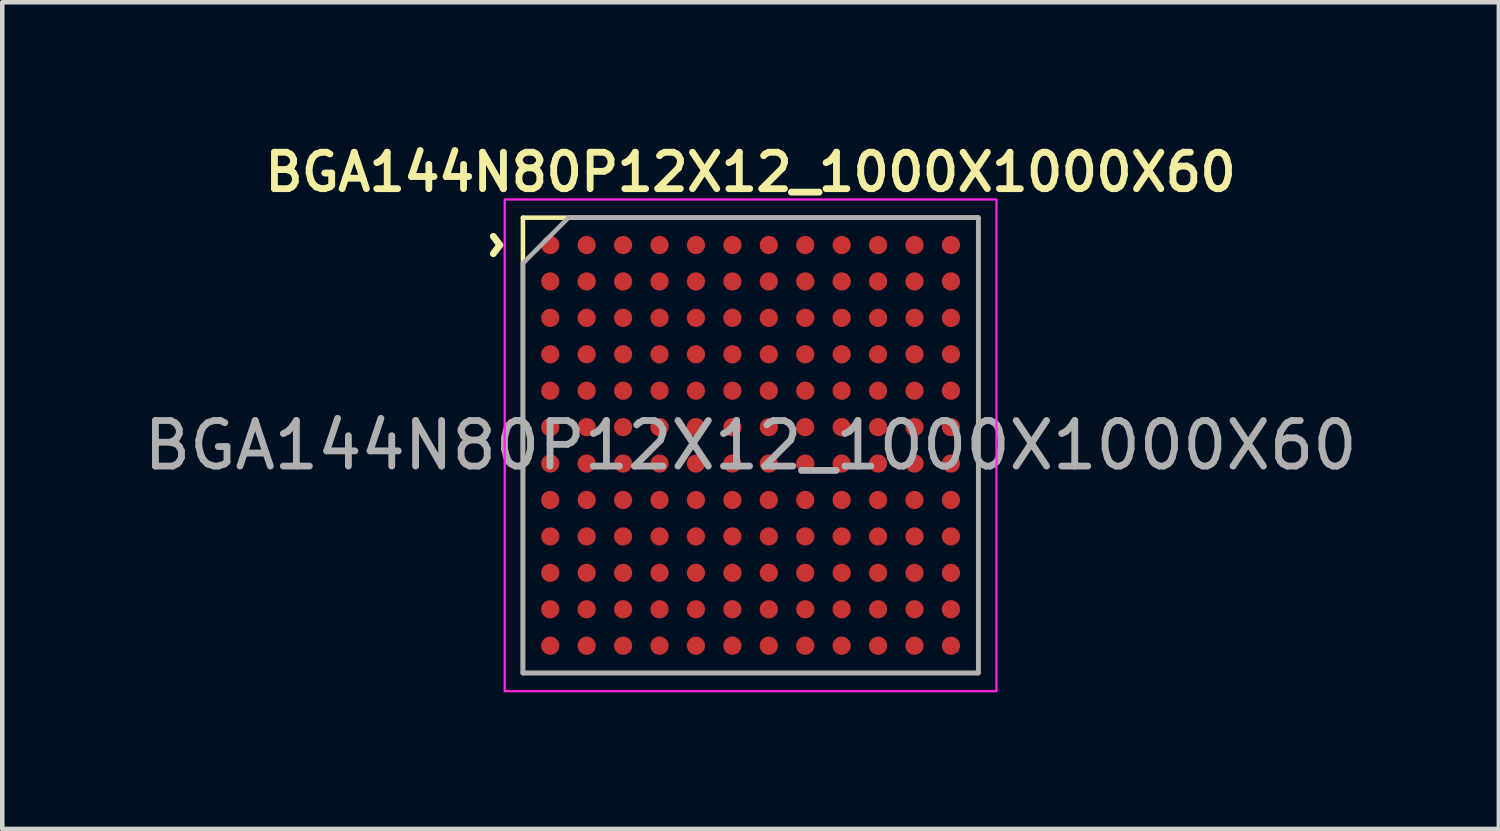
<source format=kicad_pcb>
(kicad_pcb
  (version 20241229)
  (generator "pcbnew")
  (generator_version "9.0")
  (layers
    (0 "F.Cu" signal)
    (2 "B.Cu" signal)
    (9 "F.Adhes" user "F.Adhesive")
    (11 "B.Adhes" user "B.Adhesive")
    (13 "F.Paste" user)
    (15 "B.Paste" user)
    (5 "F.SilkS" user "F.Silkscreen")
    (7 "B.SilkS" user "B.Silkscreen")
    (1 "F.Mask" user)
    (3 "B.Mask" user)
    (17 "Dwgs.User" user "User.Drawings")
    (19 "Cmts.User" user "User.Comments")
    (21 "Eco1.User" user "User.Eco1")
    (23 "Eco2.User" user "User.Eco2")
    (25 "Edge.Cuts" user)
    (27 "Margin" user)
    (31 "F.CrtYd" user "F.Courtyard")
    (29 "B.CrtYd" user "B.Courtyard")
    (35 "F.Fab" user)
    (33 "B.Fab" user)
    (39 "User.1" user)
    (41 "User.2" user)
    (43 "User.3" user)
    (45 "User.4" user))
  (footprint "BGA144N80P12X12_1000X1000X60"
    (layer "F.Cu")
    (at 13.435 6.731)
    (property "Reference" "BGA144N80P12X12_1000X1000X60" (at 0 -6 0) (layer "F.SilkS") (effects (font (size 0.8 0.8) (thickness 0.15))))
    (attr smd)
    (fp_line (start -5 -5) (end 5 -5) (stroke (width 0.1) (type solid)) (layer "F.SilkS"))
    (fp_line (start -5 5) (end -5 -5) (stroke (width 0.1) (type solid)) (layer "F.SilkS"))
    (fp_line (start 5 -5) (end 5 5) (stroke (width 0.1) (type solid)) (layer "F.SilkS"))
    (fp_line (start 5 5) (end -5 5) (stroke (width 0.1) (type solid)) (layer "F.SilkS"))
    (fp_poly (pts (xy -5.4 5.4) (xy -5.4 -5.4) (xy 5.4 -5.4) (xy 5.4 5.4)) (stroke (width 0.05) (type solid)) (fill no) (layer "F.CrtYd"))
    (fp_poly (pts (xy -5 -4) (xy -5 5) (xy 5 5) (xy 5 -5) (xy -4 -5)) (stroke (width 0.1) (type solid)) (fill no) (layer "F.Fab"))
    (fp_text user "^" (at -6.1 -4.4 270) (unlocked yes) (layer "F.SilkS") (effects (font (size 1 1) (thickness 0.15))))
    (fp_text user "${REFERENCE}" (at 0 0 0) (layer "F.Fab") (effects (font (size 1 1) (thickness 0.15))))
    (pad "A1" smd circle (at -4.4 -4.4) (size 0.4 0.4) (layers "F.Cu" "F.Mask" "F.Paste"))
    (pad "A2" smd circle (at -3.6 -4.4) (size 0.4 0.4) (layers "F.Cu" "F.Mask" "F.Paste"))
    (pad "A3" smd circle (at -2.8 -4.4) (size 0.4 0.4) (layers "F.Cu" "F.Mask" "F.Paste"))
    (pad "A4" smd circle (at -2 -4.4) (size 0.4 0.4) (layers "F.Cu" "F.Mask" "F.Paste"))
    (pad "A5" smd circle (at -1.2 -4.4) (size 0.4 0.4) (layers "F.Cu" "F.Mask" "F.Paste"))
    (pad "A6" smd circle (at -0.4 -4.4) (size 0.4 0.4) (layers "F.Cu" "F.Mask" "F.Paste"))
    (pad "A7" smd circle (at 0.4 -4.4) (size 0.4 0.4) (layers "F.Cu" "F.Mask" "F.Paste"))
    (pad "A8" smd circle (at 1.2 -4.4) (size 0.4 0.4) (layers "F.Cu" "F.Mask" "F.Paste"))
    (pad "A9" smd circle (at 2 -4.4) (size 0.4 0.4) (layers "F.Cu" "F.Mask" "F.Paste"))
    (pad "A10" smd circle (at 2.8 -4.4) (size 0.4 0.4) (layers "F.Cu" "F.Mask" "F.Paste"))
    (pad "A11" smd circle (at 3.6 -4.4) (size 0.4 0.4) (layers "F.Cu" "F.Mask" "F.Paste"))
    (pad "A12" smd circle (at 4.4 -4.4) (size 0.4 0.4) (layers "F.Cu" "F.Mask" "F.Paste"))
    (pad "B1" smd circle (at -4.4 -3.6) (size 0.4 0.4) (layers "F.Cu" "F.Mask" "F.Paste"))
    (pad "B2" smd circle (at -3.6 -3.6) (size 0.4 0.4) (layers "F.Cu" "F.Mask" "F.Paste"))
    (pad "B3" smd circle (at -2.8 -3.6) (size 0.4 0.4) (layers "F.Cu" "F.Mask" "F.Paste"))
    (pad "B4" smd circle (at -2 -3.6) (size 0.4 0.4) (layers "F.Cu" "F.Mask" "F.Paste"))
    (pad "B5" smd circle (at -1.2 -3.6) (size 0.4 0.4) (layers "F.Cu" "F.Mask" "F.Paste"))
    (pad "B6" smd circle (at -0.4 -3.6) (size 0.4 0.4) (layers "F.Cu" "F.Mask" "F.Paste"))
    (pad "B7" smd circle (at 0.4 -3.6) (size 0.4 0.4) (layers "F.Cu" "F.Mask" "F.Paste"))
    (pad "B8" smd circle (at 1.2 -3.6) (size 0.4 0.4) (layers "F.Cu" "F.Mask" "F.Paste"))
    (pad "B9" smd circle (at 2 -3.6) (size 0.4 0.4) (layers "F.Cu" "F.Mask" "F.Paste"))
    (pad "B10" smd circle (at 2.8 -3.6) (size 0.4 0.4) (layers "F.Cu" "F.Mask" "F.Paste"))
    (pad "B11" smd circle (at 3.6 -3.6) (size 0.4 0.4) (layers "F.Cu" "F.Mask" "F.Paste"))
    (pad "B12" smd circle (at 4.4 -3.6) (size 0.4 0.4) (layers "F.Cu" "F.Mask" "F.Paste"))
    (pad "C1" smd circle (at -4.4 -2.8) (size 0.4 0.4) (layers "F.Cu" "F.Mask" "F.Paste"))
    (pad "C2" smd circle (at -3.6 -2.8) (size 0.4 0.4) (layers "F.Cu" "F.Mask" "F.Paste"))
    (pad "C3" smd circle (at -2.8 -2.8) (size 0.4 0.4) (layers "F.Cu" "F.Mask" "F.Paste"))
    (pad "C4" smd circle (at -2 -2.8) (size 0.4 0.4) (layers "F.Cu" "F.Mask" "F.Paste"))
    (pad "C5" smd circle (at -1.2 -2.8) (size 0.4 0.4) (layers "F.Cu" "F.Mask" "F.Paste"))
    (pad "C6" smd circle (at -0.4 -2.8) (size 0.4 0.4) (layers "F.Cu" "F.Mask" "F.Paste"))
    (pad "C7" smd circle (at 0.4 -2.8) (size 0.4 0.4) (layers "F.Cu" "F.Mask" "F.Paste"))
    (pad "C8" smd circle (at 1.2 -2.8) (size 0.4 0.4) (layers "F.Cu" "F.Mask" "F.Paste"))
    (pad "C9" smd circle (at 2 -2.8) (size 0.4 0.4) (layers "F.Cu" "F.Mask" "F.Paste"))
    (pad "C10" smd circle (at 2.8 -2.8) (size 0.4 0.4) (layers "F.Cu" "F.Mask" "F.Paste"))
    (pad "C11" smd circle (at 3.6 -2.8) (size 0.4 0.4) (layers "F.Cu" "F.Mask" "F.Paste"))
    (pad "C12" smd circle (at 4.4 -2.8) (size 0.4 0.4) (layers "F.Cu" "F.Mask" "F.Paste"))
    (pad "D1" smd circle (at -4.4 -2) (size 0.4 0.4) (layers "F.Cu" "F.Mask" "F.Paste"))
    (pad "D2" smd circle (at -3.6 -2) (size 0.4 0.4) (layers "F.Cu" "F.Mask" "F.Paste"))
    (pad "D3" smd circle (at -2.8 -2) (size 0.4 0.4) (layers "F.Cu" "F.Mask" "F.Paste"))
    (pad "D4" smd circle (at -2 -2) (size 0.4 0.4) (layers "F.Cu" "F.Mask" "F.Paste"))
    (pad "D5" smd circle (at -1.2 -2) (size 0.4 0.4) (layers "F.Cu" "F.Mask" "F.Paste"))
    (pad "D6" smd circle (at -0.4 -2) (size 0.4 0.4) (layers "F.Cu" "F.Mask" "F.Paste"))
    (pad "D7" smd circle (at 0.4 -2) (size 0.4 0.4) (layers "F.Cu" "F.Mask" "F.Paste"))
    (pad "D8" smd circle (at 1.2 -2) (size 0.4 0.4) (layers "F.Cu" "F.Mask" "F.Paste"))
    (pad "D9" smd circle (at 2 -2) (size 0.4 0.4) (layers "F.Cu" "F.Mask" "F.Paste"))
    (pad "D10" smd circle (at 2.8 -2) (size 0.4 0.4) (layers "F.Cu" "F.Mask" "F.Paste"))
    (pad "D11" smd circle (at 3.6 -2) (size 0.4 0.4) (layers "F.Cu" "F.Mask" "F.Paste"))
    (pad "D12" smd circle (at 4.4 -2) (size 0.4 0.4) (layers "F.Cu" "F.Mask" "F.Paste"))
    (pad "E1" smd circle (at -4.4 -1.2) (size 0.4 0.4) (layers "F.Cu" "F.Mask" "F.Paste"))
    (pad "E2" smd circle (at -3.6 -1.2) (size 0.4 0.4) (layers "F.Cu" "F.Mask" "F.Paste"))
    (pad "E3" smd circle (at -2.8 -1.2) (size 0.4 0.4) (layers "F.Cu" "F.Mask" "F.Paste"))
    (pad "E4" smd circle (at -2 -1.2) (size 0.4 0.4) (layers "F.Cu" "F.Mask" "F.Paste"))
    (pad "E5" smd circle (at -1.2 -1.2) (size 0.4 0.4) (layers "F.Cu" "F.Mask" "F.Paste"))
    (pad "E6" smd circle (at -0.4 -1.2) (size 0.4 0.4) (layers "F.Cu" "F.Mask" "F.Paste"))
    (pad "E7" smd circle (at 0.4 -1.2) (size 0.4 0.4) (layers "F.Cu" "F.Mask" "F.Paste"))
    (pad "E8" smd circle (at 1.2 -1.2) (size 0.4 0.4) (layers "F.Cu" "F.Mask" "F.Paste"))
    (pad "E9" smd circle (at 2 -1.2) (size 0.4 0.4) (layers "F.Cu" "F.Mask" "F.Paste"))
    (pad "E10" smd circle (at 2.8 -1.2) (size 0.4 0.4) (layers "F.Cu" "F.Mask" "F.Paste"))
    (pad "E11" smd circle (at 3.6 -1.2) (size 0.4 0.4) (layers "F.Cu" "F.Mask" "F.Paste"))
    (pad "E12" smd circle (at 4.4 -1.2) (size 0.4 0.4) (layers "F.Cu" "F.Mask" "F.Paste"))
    (pad "F1" smd circle (at -4.4 -0.4) (size 0.4 0.4) (layers "F.Cu" "F.Mask" "F.Paste"))
    (pad "F2" smd circle (at -3.6 -0.4) (size 0.4 0.4) (layers "F.Cu" "F.Mask" "F.Paste"))
    (pad "F3" smd circle (at -2.8 -0.4) (size 0.4 0.4) (layers "F.Cu" "F.Mask" "F.Paste"))
    (pad "F4" smd circle (at -2 -0.4) (size 0.4 0.4) (layers "F.Cu" "F.Mask" "F.Paste"))
    (pad "F5" smd circle (at -1.2 -0.4) (size 0.4 0.4) (layers "F.Cu" "F.Mask" "F.Paste"))
    (pad "F6" smd circle (at -0.4 -0.4) (size 0.4 0.4) (layers "F.Cu" "F.Mask" "F.Paste"))
    (pad "F7" smd circle (at 0.4 -0.4) (size 0.4 0.4) (layers "F.Cu" "F.Mask" "F.Paste"))
    (pad "F8" smd circle (at 1.2 -0.4) (size 0.4 0.4) (layers "F.Cu" "F.Mask" "F.Paste"))
    (pad "F9" smd circle (at 2 -0.4) (size 0.4 0.4) (layers "F.Cu" "F.Mask" "F.Paste"))
    (pad "F10" smd circle (at 2.8 -0.4) (size 0.4 0.4) (layers "F.Cu" "F.Mask" "F.Paste"))
    (pad "F11" smd circle (at 3.6 -0.4) (size 0.4 0.4) (layers "F.Cu" "F.Mask" "F.Paste"))
    (pad "F12" smd circle (at 4.4 -0.4) (size 0.4 0.4) (layers "F.Cu" "F.Mask" "F.Paste"))
    (pad "G1" smd circle (at -4.4 0.4) (size 0.4 0.4) (layers "F.Cu" "F.Mask" "F.Paste"))
    (pad "G2" smd circle (at -3.6 0.4) (size 0.4 0.4) (layers "F.Cu" "F.Mask" "F.Paste"))
    (pad "G3" smd circle (at -2.8 0.4) (size 0.4 0.4) (layers "F.Cu" "F.Mask" "F.Paste"))
    (pad "G4" smd circle (at -2 0.4) (size 0.4 0.4) (layers "F.Cu" "F.Mask" "F.Paste"))
    (pad "G5" smd circle (at -1.2 0.4) (size 0.4 0.4) (layers "F.Cu" "F.Mask" "F.Paste"))
    (pad "G6" smd circle (at -0.4 0.4) (size 0.4 0.4) (layers "F.Cu" "F.Mask" "F.Paste"))
    (pad "G7" smd circle (at 0.4 0.4) (size 0.4 0.4) (layers "F.Cu" "F.Mask" "F.Paste"))
    (pad "G8" smd circle (at 1.2 0.4) (size 0.4 0.4) (layers "F.Cu" "F.Mask" "F.Paste"))
    (pad "G9" smd circle (at 2 0.4) (size 0.4 0.4) (layers "F.Cu" "F.Mask" "F.Paste"))
    (pad "G10" smd circle (at 2.8 0.4) (size 0.4 0.4) (layers "F.Cu" "F.Mask" "F.Paste"))
    (pad "G11" smd circle (at 3.6 0.4) (size 0.4 0.4) (layers "F.Cu" "F.Mask" "F.Paste"))
    (pad "G12" smd circle (at 4.4 0.4) (size 0.4 0.4) (layers "F.Cu" "F.Mask" "F.Paste"))
    (pad "H1" smd circle (at -4.4 1.2) (size 0.4 0.4) (layers "F.Cu" "F.Mask" "F.Paste"))
    (pad "H2" smd circle (at -3.6 1.2) (size 0.4 0.4) (layers "F.Cu" "F.Mask" "F.Paste"))
    (pad "H3" smd circle (at -2.8 1.2) (size 0.4 0.4) (layers "F.Cu" "F.Mask" "F.Paste"))
    (pad "H4" smd circle (at -2 1.2) (size 0.4 0.4) (layers "F.Cu" "F.Mask" "F.Paste"))
    (pad "H5" smd circle (at -1.2 1.2) (size 0.4 0.4) (layers "F.Cu" "F.Mask" "F.Paste"))
    (pad "H6" smd circle (at -0.4 1.2) (size 0.4 0.4) (layers "F.Cu" "F.Mask" "F.Paste"))
    (pad "H7" smd circle (at 0.4 1.2) (size 0.4 0.4) (layers "F.Cu" "F.Mask" "F.Paste"))
    (pad "H8" smd circle (at 1.2 1.2) (size 0.4 0.4) (layers "F.Cu" "F.Mask" "F.Paste"))
    (pad "H9" smd circle (at 2 1.2) (size 0.4 0.4) (layers "F.Cu" "F.Mask" "F.Paste"))
    (pad "H10" smd circle (at 2.8 1.2) (size 0.4 0.4) (layers "F.Cu" "F.Mask" "F.Paste"))
    (pad "H11" smd circle (at 3.6 1.2) (size 0.4 0.4) (layers "F.Cu" "F.Mask" "F.Paste"))
    (pad "H12" smd circle (at 4.4 1.2) (size 0.4 0.4) (layers "F.Cu" "F.Mask" "F.Paste"))
    (pad "J1" smd circle (at -4.4 2) (size 0.4 0.4) (layers "F.Cu" "F.Mask" "F.Paste"))
    (pad "J2" smd circle (at -3.6 2) (size 0.4 0.4) (layers "F.Cu" "F.Mask" "F.Paste"))
    (pad "J3" smd circle (at -2.8 2) (size 0.4 0.4) (layers "F.Cu" "F.Mask" "F.Paste"))
    (pad "J4" smd circle (at -2 2) (size 0.4 0.4) (layers "F.Cu" "F.Mask" "F.Paste"))
    (pad "J5" smd circle (at -1.2 2) (size 0.4 0.4) (layers "F.Cu" "F.Mask" "F.Paste"))
    (pad "J6" smd circle (at -0.4 2) (size 0.4 0.4) (layers "F.Cu" "F.Mask" "F.Paste"))
    (pad "J7" smd circle (at 0.4 2) (size 0.4 0.4) (layers "F.Cu" "F.Mask" "F.Paste"))
    (pad "J8" smd circle (at 1.2 2) (size 0.4 0.4) (layers "F.Cu" "F.Mask" "F.Paste"))
    (pad "J9" smd circle (at 2 2) (size 0.4 0.4) (layers "F.Cu" "F.Mask" "F.Paste"))
    (pad "J10" smd circle (at 2.8 2) (size 0.4 0.4) (layers "F.Cu" "F.Mask" "F.Paste"))
    (pad "J11" smd circle (at 3.6 2) (size 0.4 0.4) (layers "F.Cu" "F.Mask" "F.Paste"))
    (pad "J12" smd circle (at 4.4 2) (size 0.4 0.4) (layers "F.Cu" "F.Mask" "F.Paste"))
    (pad "K1" smd circle (at -4.4 2.8) (size 0.4 0.4) (layers "F.Cu" "F.Mask" "F.Paste"))
    (pad "K2" smd circle (at -3.6 2.8) (size 0.4 0.4) (layers "F.Cu" "F.Mask" "F.Paste"))
    (pad "K3" smd circle (at -2.8 2.8) (size 0.4 0.4) (layers "F.Cu" "F.Mask" "F.Paste"))
    (pad "K4" smd circle (at -2 2.8) (size 0.4 0.4) (layers "F.Cu" "F.Mask" "F.Paste"))
    (pad "K5" smd circle (at -1.2 2.8) (size 0.4 0.4) (layers "F.Cu" "F.Mask" "F.Paste"))
    (pad "K6" smd circle (at -0.4 2.8) (size 0.4 0.4) (layers "F.Cu" "F.Mask" "F.Paste"))
    (pad "K7" smd circle (at 0.4 2.8) (size 0.4 0.4) (layers "F.Cu" "F.Mask" "F.Paste"))
    (pad "K8" smd circle (at 1.2 2.8) (size 0.4 0.4) (layers "F.Cu" "F.Mask" "F.Paste"))
    (pad "K9" smd circle (at 2 2.8) (size 0.4 0.4) (layers "F.Cu" "F.Mask" "F.Paste"))
    (pad "K10" smd circle (at 2.8 2.8) (size 0.4 0.4) (layers "F.Cu" "F.Mask" "F.Paste"))
    (pad "K11" smd circle (at 3.6 2.8) (size 0.4 0.4) (layers "F.Cu" "F.Mask" "F.Paste"))
    (pad "K12" smd circle (at 4.4 2.8) (size 0.4 0.4) (layers "F.Cu" "F.Mask" "F.Paste"))
    (pad "L1" smd circle (at -4.4 3.6) (size 0.4 0.4) (layers "F.Cu" "F.Mask" "F.Paste"))
    (pad "L2" smd circle (at -3.6 3.6) (size 0.4 0.4) (layers "F.Cu" "F.Mask" "F.Paste"))
    (pad "L3" smd circle (at -2.8 3.6) (size 0.4 0.4) (layers "F.Cu" "F.Mask" "F.Paste"))
    (pad "L4" smd circle (at -2 3.6) (size 0.4 0.4) (layers "F.Cu" "F.Mask" "F.Paste"))
    (pad "L5" smd circle (at -1.2 3.6) (size 0.4 0.4) (layers "F.Cu" "F.Mask" "F.Paste"))
    (pad "L6" smd circle (at -0.4 3.6) (size 0.4 0.4) (layers "F.Cu" "F.Mask" "F.Paste"))
    (pad "L7" smd circle (at 0.4 3.6) (size 0.4 0.4) (layers "F.Cu" "F.Mask" "F.Paste"))
    (pad "L8" smd circle (at 1.2 3.6) (size 0.4 0.4) (layers "F.Cu" "F.Mask" "F.Paste"))
    (pad "L9" smd circle (at 2 3.6) (size 0.4 0.4) (layers "F.Cu" "F.Mask" "F.Paste"))
    (pad "L10" smd circle (at 2.8 3.6) (size 0.4 0.4) (layers "F.Cu" "F.Mask" "F.Paste"))
    (pad "L11" smd circle (at 3.6 3.6) (size 0.4 0.4) (layers "F.Cu" "F.Mask" "F.Paste"))
    (pad "L12" smd circle (at 4.4 3.6) (size 0.4 0.4) (layers "F.Cu" "F.Mask" "F.Paste"))
    (pad "M1" smd circle (at -4.4 4.4) (size 0.4 0.4) (layers "F.Cu" "F.Mask" "F.Paste"))
    (pad "M2" smd circle (at -3.6 4.4) (size 0.4 0.4) (layers "F.Cu" "F.Mask" "F.Paste"))
    (pad "M3" smd circle (at -2.8 4.4) (size 0.4 0.4) (layers "F.Cu" "F.Mask" "F.Paste"))
    (pad "M4" smd circle (at -2 4.4) (size 0.4 0.4) (layers "F.Cu" "F.Mask" "F.Paste"))
    (pad "M5" smd circle (at -1.2 4.4) (size 0.4 0.4) (layers "F.Cu" "F.Mask" "F.Paste"))
    (pad "M6" smd circle (at -0.4 4.4) (size 0.4 0.4) (layers "F.Cu" "F.Mask" "F.Paste"))
    (pad "M7" smd circle (at 0.4 4.4) (size 0.4 0.4) (layers "F.Cu" "F.Mask" "F.Paste"))
    (pad "M8" smd circle (at 1.2 4.4) (size 0.4 0.4) (layers "F.Cu" "F.Mask" "F.Paste"))
    (pad "M9" smd circle (at 2 4.4) (size 0.4 0.4) (layers "F.Cu" "F.Mask" "F.Paste"))
    (pad "M10" smd circle (at 2.8 4.4) (size 0.4 0.4) (layers "F.Cu" "F.Mask" "F.Paste"))
    (pad "M11" smd circle (at 3.6 4.4) (size 0.4 0.4) (layers "F.Cu" "F.Mask" "F.Paste"))
    (pad "M12" smd circle (at 4.4 4.4) (size 0.4 0.4) (layers "F.Cu" "F.Mask" "F.Paste")))
  (gr_rect
    (start -3 -3)
    (end 29.869 15.156)
    (stroke (width 0.1) (type default))
    (fill no)
    (layer "Edge.Cuts")))
</source>
